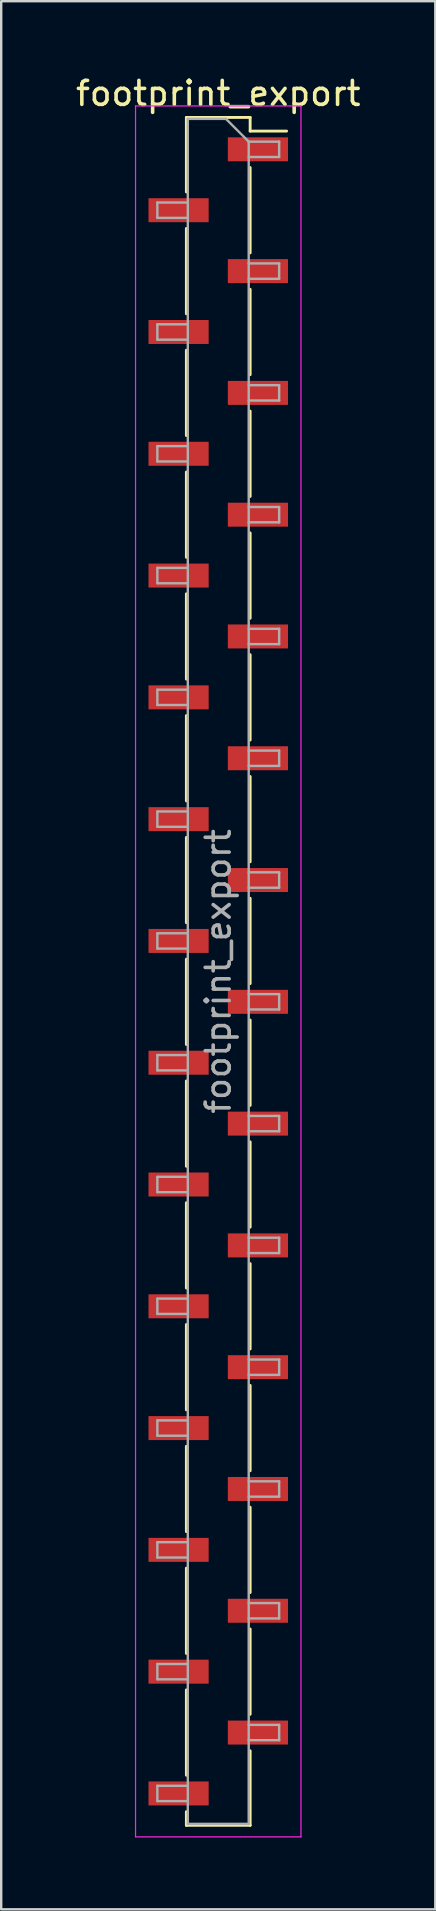
<source format=kicad_pcb>
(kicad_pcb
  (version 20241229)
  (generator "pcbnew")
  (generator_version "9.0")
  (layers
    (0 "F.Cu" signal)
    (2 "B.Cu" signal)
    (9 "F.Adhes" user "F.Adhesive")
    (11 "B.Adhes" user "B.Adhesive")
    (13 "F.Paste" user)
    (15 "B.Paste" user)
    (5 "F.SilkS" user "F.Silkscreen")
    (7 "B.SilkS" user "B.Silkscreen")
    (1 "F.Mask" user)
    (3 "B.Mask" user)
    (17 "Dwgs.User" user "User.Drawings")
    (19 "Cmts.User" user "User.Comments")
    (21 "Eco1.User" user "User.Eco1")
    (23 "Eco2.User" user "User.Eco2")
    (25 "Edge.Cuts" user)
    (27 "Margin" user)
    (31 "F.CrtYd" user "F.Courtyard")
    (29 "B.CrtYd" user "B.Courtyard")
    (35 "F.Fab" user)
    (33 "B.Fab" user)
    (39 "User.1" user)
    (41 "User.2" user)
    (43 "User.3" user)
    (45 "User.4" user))
  (footprint "footprint_export"
    (layer "F.Cu")
    (at 6.054 37.468)
    (property "Reference" "footprint_export" (at 0 -36.62 0) (layer "F.SilkS") (effects (font (size 1 1) (thickness 0.15))))
    (attr smd)
    (fp_line (start -1.33 -35.62) (end -1.33 -32.51) (stroke (width 0.12) (type solid)) (layer "F.SilkS"))
    (fp_line (start -1.33 -35.62) (end 1.33 -35.62) (stroke (width 0.12) (type solid)) (layer "F.SilkS"))
    (fp_line (start -1.33 -30.99) (end -1.33 -27.43) (stroke (width 0.12) (type solid)) (layer "F.SilkS"))
    (fp_line (start -1.33 -25.91) (end -1.33 -22.35) (stroke (width 0.12) (type solid)) (layer "F.SilkS"))
    (fp_line (start -1.33 -20.83) (end -1.33 -17.27) (stroke (width 0.12) (type solid)) (layer "F.SilkS"))
    (fp_line (start -1.33 -15.75) (end -1.33 -12.19) (stroke (width 0.12) (type solid)) (layer "F.SilkS"))
    (fp_line (start -1.33 -10.67) (end -1.33 -7.11) (stroke (width 0.12) (type solid)) (layer "F.SilkS"))
    (fp_line (start -1.33 -5.59) (end -1.33 -2.03) (stroke (width 0.12) (type solid)) (layer "F.SilkS"))
    (fp_line (start -1.33 -0.51) (end -1.33 3.05) (stroke (width 0.12) (type solid)) (layer "F.SilkS"))
    (fp_line (start -1.33 4.57) (end -1.33 8.13) (stroke (width 0.12) (type solid)) (layer "F.SilkS"))
    (fp_line (start -1.33 9.65) (end -1.33 13.21) (stroke (width 0.12) (type solid)) (layer "F.SilkS"))
    (fp_line (start -1.33 14.73) (end -1.33 18.29) (stroke (width 0.12) (type solid)) (layer "F.SilkS"))
    (fp_line (start -1.33 19.81) (end -1.33 23.37) (stroke (width 0.12) (type solid)) (layer "F.SilkS"))
    (fp_line (start -1.33 24.89) (end -1.33 28.45) (stroke (width 0.12) (type solid)) (layer "F.SilkS"))
    (fp_line (start -1.33 29.97) (end -1.33 33.53) (stroke (width 0.12) (type solid)) (layer "F.SilkS"))
    (fp_line (start -1.33 35.05) (end -1.33 35.62) (stroke (width 0.12) (type solid)) (layer "F.SilkS"))
    (fp_line (start -1.33 35.62) (end 1.33 35.62) (stroke (width 0.12) (type solid)) (layer "F.SilkS"))
    (fp_line (start 1.33 -35.62) (end 1.33 -35.05) (stroke (width 0.12) (type solid)) (layer "F.SilkS"))
    (fp_line (start 1.33 -35.05) (end 2.85 -35.05) (stroke (width 0.12) (type solid)) (layer "F.SilkS"))
    (fp_line (start 1.33 -33.53) (end 1.33 -29.97) (stroke (width 0.12) (type solid)) (layer "F.SilkS"))
    (fp_line (start 1.33 -28.45) (end 1.33 -24.89) (stroke (width 0.12) (type solid)) (layer "F.SilkS"))
    (fp_line (start 1.33 -23.37) (end 1.33 -19.81) (stroke (width 0.12) (type solid)) (layer "F.SilkS"))
    (fp_line (start 1.33 -18.29) (end 1.33 -14.73) (stroke (width 0.12) (type solid)) (layer "F.SilkS"))
    (fp_line (start 1.33 -13.21) (end 1.33 -9.65) (stroke (width 0.12) (type solid)) (layer "F.SilkS"))
    (fp_line (start 1.33 -8.13) (end 1.33 -4.57) (stroke (width 0.12) (type solid)) (layer "F.SilkS"))
    (fp_line (start 1.33 -3.05) (end 1.33 0.51) (stroke (width 0.12) (type solid)) (layer "F.SilkS"))
    (fp_line (start 1.33 2.03) (end 1.33 5.59) (stroke (width 0.12) (type solid)) (layer "F.SilkS"))
    (fp_line (start 1.33 7.11) (end 1.33 10.67) (stroke (width 0.12) (type solid)) (layer "F.SilkS"))
    (fp_line (start 1.33 12.19) (end 1.33 15.75) (stroke (width 0.12) (type solid)) (layer "F.SilkS"))
    (fp_line (start 1.33 17.27) (end 1.33 20.83) (stroke (width 0.12) (type solid)) (layer "F.SilkS"))
    (fp_line (start 1.33 22.35) (end 1.33 25.91) (stroke (width 0.12) (type solid)) (layer "F.SilkS"))
    (fp_line (start 1.33 27.43) (end 1.33 30.99) (stroke (width 0.12) (type solid)) (layer "F.SilkS"))
    (fp_line (start 1.33 32.51) (end 1.33 35.62) (stroke (width 0.12) (type solid)) (layer "F.SilkS"))
    (fp_line (start -3.45 -36.1) (end -3.45 36.1) (stroke (width 0.05) (type solid)) (layer "F.CrtYd"))
    (fp_line (start -3.45 36.1) (end 3.45 36.1) (stroke (width 0.05) (type solid)) (layer "F.CrtYd"))
    (fp_line (start 3.45 -36.1) (end -3.45 -36.1) (stroke (width 0.05) (type solid)) (layer "F.CrtYd"))
    (fp_line (start 3.45 36.1) (end 3.45 -36.1) (stroke (width 0.05) (type solid)) (layer "F.CrtYd"))
    (fp_line (start -2.54 -32.07) (end -2.54 -31.43) (stroke (width 0.1) (type solid)) (layer "F.Fab"))
    (fp_line (start -2.54 -31.43) (end -1.27 -31.43) (stroke (width 0.1) (type solid)) (layer "F.Fab"))
    (fp_line (start -2.54 -26.99) (end -2.54 -26.35) (stroke (width 0.1) (type solid)) (layer "F.Fab"))
    (fp_line (start -2.54 -26.35) (end -1.27 -26.35) (stroke (width 0.1) (type solid)) (layer "F.Fab"))
    (fp_line (start -2.54 -21.91) (end -2.54 -21.27) (stroke (width 0.1) (type solid)) (layer "F.Fab"))
    (fp_line (start -2.54 -21.27) (end -1.27 -21.27) (stroke (width 0.1) (type solid)) (layer "F.Fab"))
    (fp_line (start -2.54 -16.83) (end -2.54 -16.19) (stroke (width 0.1) (type solid)) (layer "F.Fab"))
    (fp_line (start -2.54 -16.19) (end -1.27 -16.19) (stroke (width 0.1) (type solid)) (layer "F.Fab"))
    (fp_line (start -2.54 -11.75) (end -2.54 -11.11) (stroke (width 0.1) (type solid)) (layer "F.Fab"))
    (fp_line (start -2.54 -11.11) (end -1.27 -11.11) (stroke (width 0.1) (type solid)) (layer "F.Fab"))
    (fp_line (start -2.54 -6.67) (end -2.54 -6.03) (stroke (width 0.1) (type solid)) (layer "F.Fab"))
    (fp_line (start -2.54 -6.03) (end -1.27 -6.03) (stroke (width 0.1) (type solid)) (layer "F.Fab"))
    (fp_line (start -2.54 -1.59) (end -2.54 -0.95) (stroke (width 0.1) (type solid)) (layer "F.Fab"))
    (fp_line (start -2.54 -0.95) (end -1.27 -0.95) (stroke (width 0.1) (type solid)) (layer "F.Fab"))
    (fp_line (start -2.54 3.49) (end -2.54 4.13) (stroke (width 0.1) (type solid)) (layer "F.Fab"))
    (fp_line (start -2.54 4.13) (end -1.27 4.13) (stroke (width 0.1) (type solid)) (layer "F.Fab"))
    (fp_line (start -2.54 8.57) (end -2.54 9.21) (stroke (width 0.1) (type solid)) (layer "F.Fab"))
    (fp_line (start -2.54 9.21) (end -1.27 9.21) (stroke (width 0.1) (type solid)) (layer "F.Fab"))
    (fp_line (start -2.54 13.65) (end -2.54 14.29) (stroke (width 0.1) (type solid)) (layer "F.Fab"))
    (fp_line (start -2.54 14.29) (end -1.27 14.29) (stroke (width 0.1) (type solid)) (layer "F.Fab"))
    (fp_line (start -2.54 18.73) (end -2.54 19.37) (stroke (width 0.1) (type solid)) (layer "F.Fab"))
    (fp_line (start -2.54 19.37) (end -1.27 19.37) (stroke (width 0.1) (type solid)) (layer "F.Fab"))
    (fp_line (start -2.54 23.81) (end -2.54 24.45) (stroke (width 0.1) (type solid)) (layer "F.Fab"))
    (fp_line (start -2.54 24.45) (end -1.27 24.45) (stroke (width 0.1) (type solid)) (layer "F.Fab"))
    (fp_line (start -2.54 28.89) (end -2.54 29.53) (stroke (width 0.1) (type solid)) (layer "F.Fab"))
    (fp_line (start -2.54 29.53) (end -1.27 29.53) (stroke (width 0.1) (type solid)) (layer "F.Fab"))
    (fp_line (start -2.54 33.97) (end -2.54 34.61) (stroke (width 0.1) (type solid)) (layer "F.Fab"))
    (fp_line (start -2.54 34.61) (end -1.27 34.61) (stroke (width 0.1) (type solid)) (layer "F.Fab"))
    (fp_line (start -1.27 -35.56) (end -1.27 35.56) (stroke (width 0.1) (type solid)) (layer "F.Fab"))
    (fp_line (start -1.27 -35.56) (end 0.32 -35.56) (stroke (width 0.1) (type solid)) (layer "F.Fab"))
    (fp_line (start -1.27 -32.07) (end -2.54 -32.07) (stroke (width 0.1) (type solid)) (layer "F.Fab"))
    (fp_line (start -1.27 -26.99) (end -2.54 -26.99) (stroke (width 0.1) (type solid)) (layer "F.Fab"))
    (fp_line (start -1.27 -21.91) (end -2.54 -21.91) (stroke (width 0.1) (type solid)) (layer "F.Fab"))
    (fp_line (start -1.27 -16.83) (end -2.54 -16.83) (stroke (width 0.1) (type solid)) (layer "F.Fab"))
    (fp_line (start -1.27 -11.75) (end -2.54 -11.75) (stroke (width 0.1) (type solid)) (layer "F.Fab"))
    (fp_line (start -1.27 -6.67) (end -2.54 -6.67) (stroke (width 0.1) (type solid)) (layer "F.Fab"))
    (fp_line (start -1.27 -1.59) (end -2.54 -1.59) (stroke (width 0.1) (type solid)) (layer "F.Fab"))
    (fp_line (start -1.27 3.49) (end -2.54 3.49) (stroke (width 0.1) (type solid)) (layer "F.Fab"))
    (fp_line (start -1.27 8.57) (end -2.54 8.57) (stroke (width 0.1) (type solid)) (layer "F.Fab"))
    (fp_line (start -1.27 13.65) (end -2.54 13.65) (stroke (width 0.1) (type solid)) (layer "F.Fab"))
    (fp_line (start -1.27 18.73) (end -2.54 18.73) (stroke (width 0.1) (type solid)) (layer "F.Fab"))
    (fp_line (start -1.27 23.81) (end -2.54 23.81) (stroke (width 0.1) (type solid)) (layer "F.Fab"))
    (fp_line (start -1.27 28.89) (end -2.54 28.89) (stroke (width 0.1) (type solid)) (layer "F.Fab"))
    (fp_line (start -1.27 33.97) (end -2.54 33.97) (stroke (width 0.1) (type solid)) (layer "F.Fab"))
    (fp_line (start 1.27 -34.61) (end 0.32 -35.56) (stroke (width 0.1) (type solid)) (layer "F.Fab"))
    (fp_line (start 1.27 -34.61) (end 2.54 -34.61) (stroke (width 0.1) (type solid)) (layer "F.Fab"))
    (fp_line (start 1.27 -29.53) (end 2.54 -29.53) (stroke (width 0.1) (type solid)) (layer "F.Fab"))
    (fp_line (start 1.27 -24.45) (end 2.54 -24.45) (stroke (width 0.1) (type solid)) (layer "F.Fab"))
    (fp_line (start 1.27 -19.37) (end 2.54 -19.37) (stroke (width 0.1) (type solid)) (layer "F.Fab"))
    (fp_line (start 1.27 -14.29) (end 2.54 -14.29) (stroke (width 0.1) (type solid)) (layer "F.Fab"))
    (fp_line (start 1.27 -9.21) (end 2.54 -9.21) (stroke (width 0.1) (type solid)) (layer "F.Fab"))
    (fp_line (start 1.27 -4.13) (end 2.54 -4.13) (stroke (width 0.1) (type solid)) (layer "F.Fab"))
    (fp_line (start 1.27 0.95) (end 2.54 0.95) (stroke (width 0.1) (type solid)) (layer "F.Fab"))
    (fp_line (start 1.27 6.03) (end 2.54 6.03) (stroke (width 0.1) (type solid)) (layer "F.Fab"))
    (fp_line (start 1.27 11.11) (end 2.54 11.11) (stroke (width 0.1) (type solid)) (layer "F.Fab"))
    (fp_line (start 1.27 16.19) (end 2.54 16.19) (stroke (width 0.1) (type solid)) (layer "F.Fab"))
    (fp_line (start 1.27 21.27) (end 2.54 21.27) (stroke (width 0.1) (type solid)) (layer "F.Fab"))
    (fp_line (start 1.27 26.35) (end 2.54 26.35) (stroke (width 0.1) (type solid)) (layer "F.Fab"))
    (fp_line (start 1.27 31.43) (end 2.54 31.43) (stroke (width 0.1) (type solid)) (layer "F.Fab"))
    (fp_line (start 1.27 35.56) (end -1.27 35.56) (stroke (width 0.1) (type solid)) (layer "F.Fab"))
    (fp_line (start 1.27 35.56) (end 1.27 -34.61) (stroke (width 0.1) (type solid)) (layer "F.Fab"))
    (fp_line (start 2.54 -34.61) (end 2.54 -33.97) (stroke (width 0.1) (type solid)) (layer "F.Fab"))
    (fp_line (start 2.54 -33.97) (end 1.27 -33.97) (stroke (width 0.1) (type solid)) (layer "F.Fab"))
    (fp_line (start 2.54 -29.53) (end 2.54 -28.89) (stroke (width 0.1) (type solid)) (layer "F.Fab"))
    (fp_line (start 2.54 -28.89) (end 1.27 -28.89) (stroke (width 0.1) (type solid)) (layer "F.Fab"))
    (fp_line (start 2.54 -24.45) (end 2.54 -23.81) (stroke (width 0.1) (type solid)) (layer "F.Fab"))
    (fp_line (start 2.54 -23.81) (end 1.27 -23.81) (stroke (width 0.1) (type solid)) (layer "F.Fab"))
    (fp_line (start 2.54 -19.37) (end 2.54 -18.73) (stroke (width 0.1) (type solid)) (layer "F.Fab"))
    (fp_line (start 2.54 -18.73) (end 1.27 -18.73) (stroke (width 0.1) (type solid)) (layer "F.Fab"))
    (fp_line (start 2.54 -14.29) (end 2.54 -13.65) (stroke (width 0.1) (type solid)) (layer "F.Fab"))
    (fp_line (start 2.54 -13.65) (end 1.27 -13.65) (stroke (width 0.1) (type solid)) (layer "F.Fab"))
    (fp_line (start 2.54 -9.21) (end 2.54 -8.57) (stroke (width 0.1) (type solid)) (layer "F.Fab"))
    (fp_line (start 2.54 -8.57) (end 1.27 -8.57) (stroke (width 0.1) (type solid)) (layer "F.Fab"))
    (fp_line (start 2.54 -4.13) (end 2.54 -3.49) (stroke (width 0.1) (type solid)) (layer "F.Fab"))
    (fp_line (start 2.54 -3.49) (end 1.27 -3.49) (stroke (width 0.1) (type solid)) (layer "F.Fab"))
    (fp_line (start 2.54 0.95) (end 2.54 1.59) (stroke (width 0.1) (type solid)) (layer "F.Fab"))
    (fp_line (start 2.54 1.59) (end 1.27 1.59) (stroke (width 0.1) (type solid)) (layer "F.Fab"))
    (fp_line (start 2.54 6.03) (end 2.54 6.67) (stroke (width 0.1) (type solid)) (layer "F.Fab"))
    (fp_line (start 2.54 6.67) (end 1.27 6.67) (stroke (width 0.1) (type solid)) (layer "F.Fab"))
    (fp_line (start 2.54 11.11) (end 2.54 11.75) (stroke (width 0.1) (type solid)) (layer "F.Fab"))
    (fp_line (start 2.54 11.75) (end 1.27 11.75) (stroke (width 0.1) (type solid)) (layer "F.Fab"))
    (fp_line (start 2.54 16.19) (end 2.54 16.83) (stroke (width 0.1) (type solid)) (layer "F.Fab"))
    (fp_line (start 2.54 16.83) (end 1.27 16.83) (stroke (width 0.1) (type solid)) (layer "F.Fab"))
    (fp_line (start 2.54 21.27) (end 2.54 21.91) (stroke (width 0.1) (type solid)) (layer "F.Fab"))
    (fp_line (start 2.54 21.91) (end 1.27 21.91) (stroke (width 0.1) (type solid)) (layer "F.Fab"))
    (fp_line (start 2.54 26.35) (end 2.54 26.99) (stroke (width 0.1) (type solid)) (layer "F.Fab"))
    (fp_line (start 2.54 26.99) (end 1.27 26.99) (stroke (width 0.1) (type solid)) (layer "F.Fab"))
    (fp_line (start 2.54 31.43) (end 2.54 32.07) (stroke (width 0.1) (type solid)) (layer "F.Fab"))
    (fp_line (start 2.54 32.07) (end 1.27 32.07) (stroke (width 0.1) (type solid)) (layer "F.Fab"))
    (fp_text user "${REFERENCE}" (at 0 0 90) (layer "F.Fab") (effects (font (size 1 1) (thickness 0.15))))
    (pad "1" smd rect (at 1.655 -34.29) (size 2.51 1) (layers "F.Cu" "F.Mask" "F.Paste"))
    (pad "2" smd rect (at -1.655 -31.75) (size 2.51 1) (layers "F.Cu" "F.Mask" "F.Paste"))
    (pad "3" smd rect (at 1.655 -29.21) (size 2.51 1) (layers "F.Cu" "F.Mask" "F.Paste"))
    (pad "4" smd rect (at -1.655 -26.67) (size 2.51 1) (layers "F.Cu" "F.Mask" "F.Paste"))
    (pad "5" smd rect (at 1.655 -24.13) (size 2.51 1) (layers "F.Cu" "F.Mask" "F.Paste"))
    (pad "6" smd rect (at -1.655 -21.59) (size 2.51 1) (layers "F.Cu" "F.Mask" "F.Paste"))
    (pad "7" smd rect (at 1.655 -19.05) (size 2.51 1) (layers "F.Cu" "F.Mask" "F.Paste"))
    (pad "8" smd rect (at -1.655 -16.51) (size 2.51 1) (layers "F.Cu" "F.Mask" "F.Paste"))
    (pad "9" smd rect (at 1.655 -13.97) (size 2.51 1) (layers "F.Cu" "F.Mask" "F.Paste"))
    (pad "10" smd rect (at -1.655 -11.43) (size 2.51 1) (layers "F.Cu" "F.Mask" "F.Paste"))
    (pad "11" smd rect (at 1.655 -8.89) (size 2.51 1) (layers "F.Cu" "F.Mask" "F.Paste"))
    (pad "12" smd rect (at -1.655 -6.35) (size 2.51 1) (layers "F.Cu" "F.Mask" "F.Paste"))
    (pad "13" smd rect (at 1.655 -3.81) (size 2.51 1) (layers "F.Cu" "F.Mask" "F.Paste"))
    (pad "14" smd rect (at -1.655 -1.27) (size 2.51 1) (layers "F.Cu" "F.Mask" "F.Paste"))
    (pad "15" smd rect (at 1.655 1.27) (size 2.51 1) (layers "F.Cu" "F.Mask" "F.Paste"))
    (pad "16" smd rect (at -1.655 3.81) (size 2.51 1) (layers "F.Cu" "F.Mask" "F.Paste"))
    (pad "17" smd rect (at 1.655 6.35) (size 2.51 1) (layers "F.Cu" "F.Mask" "F.Paste"))
    (pad "18" smd rect (at -1.655 8.89) (size 2.51 1) (layers "F.Cu" "F.Mask" "F.Paste"))
    (pad "19" smd rect (at 1.655 11.43) (size 2.51 1) (layers "F.Cu" "F.Mask" "F.Paste"))
    (pad "20" smd rect (at -1.655 13.97) (size 2.51 1) (layers "F.Cu" "F.Mask" "F.Paste"))
    (pad "21" smd rect (at 1.655 16.51) (size 2.51 1) (layers "F.Cu" "F.Mask" "F.Paste"))
    (pad "22" smd rect (at -1.655 19.05) (size 2.51 1) (layers "F.Cu" "F.Mask" "F.Paste"))
    (pad "23" smd rect (at 1.655 21.59) (size 2.51 1) (layers "F.Cu" "F.Mask" "F.Paste"))
    (pad "24" smd rect (at -1.655 24.13) (size 2.51 1) (layers "F.Cu" "F.Mask" "F.Paste"))
    (pad "25" smd rect (at 1.655 26.67) (size 2.51 1) (layers "F.Cu" "F.Mask" "F.Paste"))
    (pad "26" smd rect (at -1.655 29.21) (size 2.51 1) (layers "F.Cu" "F.Mask" "F.Paste"))
    (pad "27" smd rect (at 1.655 31.75) (size 2.51 1) (layers "F.Cu" "F.Mask" "F.Paste"))
    (pad "28" smd rect (at -1.655 34.29) (size 2.51 1) (layers "F.Cu" "F.Mask" "F.Paste")))
  (gr_rect
    (start -3 -3)
    (end 15.107 76.593)
    (stroke (width 0.1) (type default))
    (fill no)
    (layer "Edge.Cuts")))
</source>
